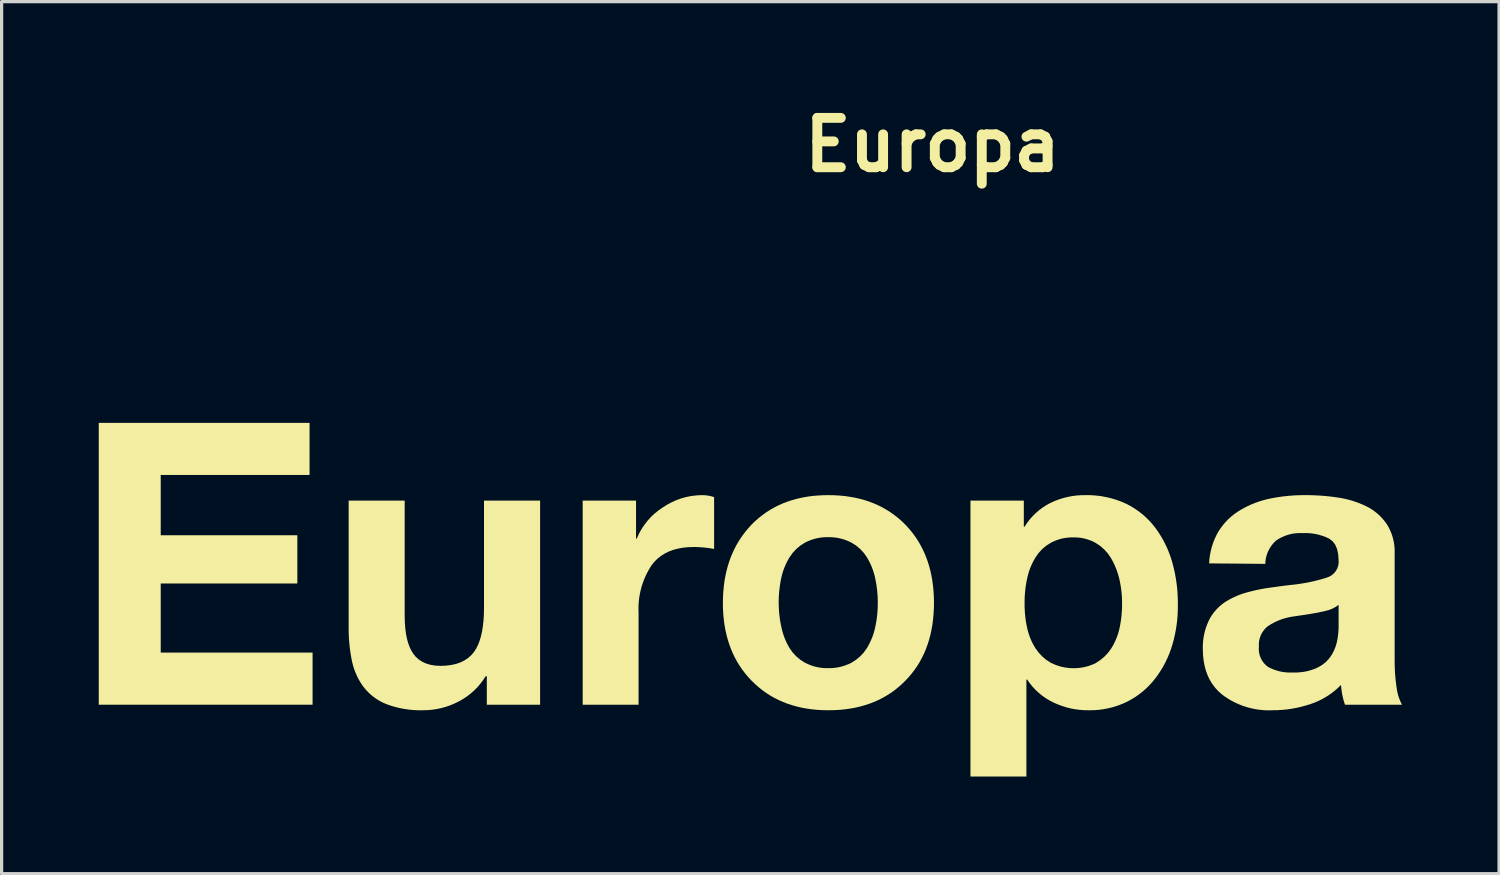
<source format=kicad_pcb>
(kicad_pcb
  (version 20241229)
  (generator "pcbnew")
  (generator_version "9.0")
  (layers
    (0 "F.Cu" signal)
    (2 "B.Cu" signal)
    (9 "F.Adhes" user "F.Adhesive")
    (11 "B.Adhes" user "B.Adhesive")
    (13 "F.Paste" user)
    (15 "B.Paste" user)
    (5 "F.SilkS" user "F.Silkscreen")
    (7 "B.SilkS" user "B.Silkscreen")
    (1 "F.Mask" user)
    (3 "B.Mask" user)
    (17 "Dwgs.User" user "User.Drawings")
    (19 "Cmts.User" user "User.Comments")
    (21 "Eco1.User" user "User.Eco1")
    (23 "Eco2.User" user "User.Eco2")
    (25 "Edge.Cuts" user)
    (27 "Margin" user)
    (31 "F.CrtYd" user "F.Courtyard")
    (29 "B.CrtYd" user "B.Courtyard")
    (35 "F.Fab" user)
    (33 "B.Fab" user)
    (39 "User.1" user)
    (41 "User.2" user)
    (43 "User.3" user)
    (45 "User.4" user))
  (footprint "Europa"
    (layer "F.Cu")
    (at 25.75 15.11)
    (property "Reference" "Europa" (at 0 -13.684 0) (layer "F.SilkS") (effects (font (size 1.524 1.524) (thickness 0.305))))
    (attr exclude_from_pos_files exclude_from_bom)
    (fp_poly (pts (xy -25.75 -5.099) (xy -19.239 -5.099) (xy -19.239 -3.49) (xy -23.836 -3.49) (xy -23.836 -1.628) (xy -19.616 -1.628) (xy -19.616 -0.138) (xy -23.836 -0.138) (xy -23.836 1.996) (xy -19.146 1.996) (xy -19.146 3.606) (xy -25.75 3.606) (xy -25.75 -5.099)) (stroke (width 0) (type solid)) (fill yes) (layer "F.SilkS"))
    (fp_poly (pts (xy -10.803 -2.698) (xy -9.155 -2.698) (xy -9.155 -1.526) (xy -9.131 -1.526) (xy -9.066 -1.672) (xy -8.989 -1.812) (xy -8.901 -1.945) (xy -8.804 -2.071) (xy -8.697 -2.19) (xy -8.581 -2.299) (xy -8.457 -2.399) (xy -8.325 -2.49) (xy -8.19 -2.575) (xy -8.049 -2.65) (xy -7.903 -2.715) (xy -7.752 -2.769) (xy -7.598 -2.811) (xy -7.441 -2.841) (xy -7.283 -2.86) (xy -7.123 -2.867) (xy -7.027 -2.864) (xy -6.931 -2.852) (xy -6.836 -2.833) (xy -6.744 -2.806) (xy -6.744 -1.204) (xy -6.887 -1.23) (xy -7.031 -1.247) (xy -7.116 -1.255) (xy -7.201 -1.26) (xy -7.285 -1.264) (xy -7.37 -1.265) (xy -7.543 -1.26) (xy -7.707 -1.243) (xy -7.861 -1.215) (xy -8.005 -1.177) (xy -8.14 -1.127) (xy -8.265 -1.065) (xy -8.381 -0.993) (xy -8.486 -0.91) (xy -8.582 -0.816) (xy -8.669 -0.71) (xy -8.721 -0.629) (xy -8.771 -0.545) (xy -8.816 -0.46) (xy -8.859 -0.372) (xy -8.897 -0.284) (xy -8.932 -0.193) (xy -8.964 -0.102) (xy -8.992 -0.009) (xy -9.016 0.085) (xy -9.036 0.18) (xy -9.053 0.275) (xy -9.065 0.371) (xy -9.074 0.468) (xy -9.079 0.564) (xy -9.08 0.661) (xy -9.077 0.758) (xy -9.077 3.606) (xy -10.803 3.606) (xy -10.803 -2.698)) (stroke (width 0) (type solid)) (fill yes) (layer "F.SilkS"))
    (fp_poly (pts (xy -12.118 3.606) (xy -13.764 3.606) (xy -13.764 2.727) (xy -13.801 2.727) (xy -13.88 2.849) (xy -13.968 2.964) (xy -14.062 3.073) (xy -14.165 3.176) (xy -14.274 3.271) (xy -14.389 3.358) (xy -14.51 3.437) (xy -14.636 3.508) (xy -14.764 3.57) (xy -14.895 3.625) (xy -15.029 3.671) (xy -15.166 3.709) (xy -15.305 3.739) (xy -15.445 3.76) (xy -15.587 3.773) (xy -15.728 3.777) (xy -15.871 3.778) (xy -16.014 3.772) (xy -16.156 3.759) (xy -16.298 3.739) (xy -16.438 3.713) (xy -16.577 3.68) (xy -16.714 3.641) (xy -16.849 3.594) (xy -16.953 3.551) (xy -17.053 3.501) (xy -17.149 3.444) (xy -17.241 3.38) (xy -17.329 3.311) (xy -17.412 3.236) (xy -17.49 3.155) (xy -17.562 3.07) (xy -17.627 2.979) (xy -17.686 2.885) (xy -17.741 2.788) (xy -17.789 2.687) (xy -17.833 2.585) (xy -17.87 2.48) (xy -17.902 2.373) (xy -17.928 2.265) (xy -17.954 2.131) (xy -17.976 1.996) (xy -17.995 1.861) (xy -18.009 1.725) (xy -18.021 1.589) (xy -18.028 1.453) (xy -18.031 1.316) (xy -18.031 1.18) (xy -18.031 -2.698) (xy -16.301 -2.698) (xy -16.301 0.858) (xy -16.297 1.05) (xy -16.284 1.228) (xy -16.264 1.394) (xy -16.235 1.547) (xy -16.198 1.687) (xy -16.153 1.813) (xy -16.1 1.927) (xy -16.038 2.028) (xy -15.957 2.128) (xy -15.862 2.213) (xy -15.754 2.282) (xy -15.633 2.336) (xy -15.499 2.375) (xy -15.352 2.398) (xy -15.192 2.406) (xy -15.021 2.399) (xy -14.862 2.379) (xy -14.716 2.347) (xy -14.582 2.301) (xy -14.46 2.241) (xy -14.35 2.169) (xy -14.253 2.084) (xy -14.167 1.986) (xy -14.101 1.886) (xy -14.042 1.772) (xy -13.991 1.646) (xy -13.948 1.505) (xy -13.913 1.351) (xy -13.886 1.184) (xy -13.866 1.004) (xy -13.854 0.81) (xy -13.851 0.602) (xy -13.851 -2.698) (xy -12.118 -2.698) (xy -12.118 3.606)) (stroke (width 0) (type solid)) (fill yes) (layer "F.SilkS"))
    (fp_poly (pts (xy 1.174 -2.698) (xy 2.968 -0.464) (xy 2.945 -0.38) (xy 2.925 -0.295) (xy 2.906 -0.2) (xy 2.889 -0.104) (xy 2.875 -0.007) (xy 2.864 0.09) (xy 2.855 0.187) (xy 2.849 0.284) (xy 2.846 0.381) (xy 2.846 0.479) (xy 2.846 0.574) (xy 2.85 0.669) (xy 2.855 0.764) (xy 2.864 0.859) (xy 2.875 0.954) (xy 2.889 1.048) (xy 2.906 1.142) (xy 2.925 1.236) (xy 2.945 1.319) (xy 2.969 1.402) (xy 2.996 1.484) (xy 3.027 1.564) (xy 3.062 1.643) (xy 3.1 1.72) (xy 3.141 1.796) (xy 3.186 1.869) (xy 3.284 2.001) (xy 3.397 2.121) (xy 3.523 2.226) (xy 3.662 2.314) (xy 3.744 2.352) (xy 3.828 2.385) (xy 3.914 2.414) (xy 4.002 2.437) (xy 4.09 2.455) (xy 4.18 2.468) (xy 4.27 2.476) (xy 4.36 2.478) (xy 4.451 2.476) (xy 4.541 2.468) (xy 4.631 2.455) (xy 4.719 2.437) (xy 4.807 2.414) (xy 4.893 2.385) (xy 4.977 2.352) (xy 5.059 2.314) (xy 5.059 2.308) (xy 5.194 2.22) (xy 5.317 2.116) (xy 5.426 1.999) (xy 5.521 1.869) (xy 5.565 1.796) (xy 5.606 1.721) (xy 5.643 1.644) (xy 5.677 1.566) (xy 5.708 1.487) (xy 5.735 1.406) (xy 5.759 1.324) (xy 5.779 1.241) (xy 5.798 1.146) (xy 5.814 1.05) (xy 5.828 0.955) (xy 5.839 0.858) (xy 5.847 0.762) (xy 5.853 0.665) (xy 5.856 0.569) (xy 5.856 0.472) (xy 5.855 0.378) (xy 5.852 0.283) (xy 5.845 0.189) (xy 5.836 0.095) (xy 5.824 0.002) (xy 5.809 -0.092) (xy 5.792 -0.184) (xy 5.772 -0.277) (xy 5.75 -0.362) (xy 5.725 -0.447) (xy 5.697 -0.531) (xy 5.666 -0.614) (xy 5.631 -0.695) (xy 5.594 -0.775) (xy 5.553 -0.853) (xy 5.509 -0.93) (xy 5.415 -1.067) (xy 5.304 -1.191) (xy 5.179 -1.3) (xy 5.04 -1.392) (xy 4.96 -1.434) (xy 4.877 -1.469) (xy 4.792 -1.499) (xy 4.705 -1.524) (xy 4.616 -1.542) (xy 4.527 -1.555) (xy 4.436 -1.561) (xy 4.346 -1.562) (xy 4.256 -1.561) (xy 4.165 -1.554) (xy 4.076 -1.541) (xy 3.987 -1.523) (xy 3.9 -1.498) (xy 3.814 -1.468) (xy 3.731 -1.433) (xy 3.65 -1.392) (xy 3.512 -1.303) (xy 3.386 -1.197) (xy 3.275 -1.075) (xy 3.181 -0.94) (xy 3.137 -0.865) (xy 3.097 -0.788) (xy 3.059 -0.709) (xy 3.025 -0.629) (xy 2.995 -0.547) (xy 2.968 -0.464) (xy 1.174 -2.698) (xy 2.822 -2.698) (xy 2.822 -1.892) (xy 2.846 -1.892) (xy 2.921 -2.006) (xy 3.003 -2.115) (xy 3.094 -2.217) (xy 3.191 -2.313) (xy 3.294 -2.402) (xy 3.404 -2.484) (xy 3.518 -2.558) (xy 3.638 -2.623) (xy 3.766 -2.682) (xy 3.897 -2.732) (xy 4.031 -2.775) (xy 4.167 -2.809) (xy 4.304 -2.836) (xy 4.443 -2.855) (xy 4.583 -2.865) (xy 4.724 -2.867) (xy 4.886 -2.866) (xy 5.049 -2.855) (xy 5.21 -2.836) (xy 5.37 -2.806) (xy 5.528 -2.768) (xy 5.683 -2.721) (xy 5.836 -2.665) (xy 5.985 -2.6) (xy 6.115 -2.532) (xy 6.24 -2.456) (xy 6.361 -2.373) (xy 6.477 -2.284) (xy 6.587 -2.187) (xy 6.691 -2.084) (xy 6.789 -1.976) (xy 6.881 -1.861) (xy 6.969 -1.738) (xy 7.051 -1.61) (xy 7.127 -1.479) (xy 7.196 -1.344) (xy 7.26 -1.207) (xy 7.317 -1.066) (xy 7.367 -0.923) (xy 7.411 -0.778) (xy 7.452 -0.619) (xy 7.488 -0.458) (xy 7.517 -0.297) (xy 7.541 -0.134) (xy 7.56 0.029) (xy 7.572 0.193) (xy 7.579 0.357) (xy 7.58 0.521) (xy 7.579 0.677) (xy 7.572 0.833) (xy 7.56 0.988) (xy 7.541 1.143) (xy 7.517 1.297) (xy 7.487 1.45) (xy 7.452 1.602) (xy 7.411 1.752) (xy 7.366 1.892) (xy 7.315 2.03) (xy 7.258 2.166) (xy 7.194 2.298) (xy 7.125 2.428) (xy 7.049 2.554) (xy 6.968 2.677) (xy 6.881 2.795) (xy 6.791 2.906) (xy 6.695 3.011) (xy 6.593 3.111) (xy 6.486 3.204) (xy 6.373 3.292) (xy 6.256 3.373) (xy 6.134 3.447) (xy 6.009 3.515) (xy 5.869 3.578) (xy 5.726 3.633) (xy 5.58 3.679) (xy 5.432 3.716) (xy 5.281 3.745) (xy 5.129 3.765) (xy 4.977 3.776) (xy 4.824 3.777) (xy 4.683 3.775) (xy 4.543 3.764) (xy 4.404 3.746) (xy 4.266 3.72) (xy 4.13 3.685) (xy 3.996 3.643) (xy 3.865 3.594) (xy 3.736 3.537) (xy 3.615 3.474) (xy 3.499 3.404) (xy 3.388 3.325) (xy 3.282 3.239) (xy 3.182 3.146) (xy 3.089 3.046) (xy 3.004 2.941) (xy 2.925 2.829) (xy 2.902 2.829) (xy 2.902 5.825) (xy 1.174 5.825) (xy 1.174 -2.698)) (stroke (width 0) (type solid)) (fill yes) (layer "F.SilkS"))
    (fp_poly (pts (xy -5.584 -1.96) (xy -4.664 1.217) (xy -4.645 1.301) (xy -4.622 1.384) (xy -4.596 1.467) (xy -4.566 1.548) (xy -4.533 1.627) (xy -4.496 1.706) (xy -4.456 1.782) (xy -4.414 1.857) (xy -4.318 1.992) (xy -4.206 2.113) (xy -4.079 2.219) (xy -3.939 2.308) (xy -3.856 2.348) (xy -3.77 2.384) (xy -3.683 2.414) (xy -3.593 2.438) (xy -3.502 2.456) (xy -3.41 2.469) (xy -3.318 2.476) (xy -3.225 2.477) (xy -3.131 2.476) (xy -3.037 2.47) (xy -2.944 2.457) (xy -2.852 2.439) (xy -2.761 2.414) (xy -2.672 2.384) (xy -2.585 2.349) (xy -2.5 2.308) (xy -2.36 2.219) (xy -2.233 2.113) (xy -2.12 1.992) (xy -2.024 1.857) (xy -1.981 1.782) (xy -1.941 1.706) (xy -1.904 1.627) (xy -1.87 1.548) (xy -1.839 1.467) (xy -1.812 1.384) (xy -1.789 1.301) (xy -1.769 1.217) (xy -1.75 1.124) (xy -1.733 1.03) (xy -1.719 0.935) (xy -1.708 0.841) (xy -1.699 0.746) (xy -1.693 0.651) (xy -1.69 0.555) (xy -1.689 0.46) (xy -1.69 0.364) (xy -1.693 0.268) (xy -1.7 0.173) (xy -1.708 0.077) (xy -1.72 -0.018) (xy -1.733 -0.113) (xy -1.75 -0.208) (xy -1.769 -0.302) (xy -1.788 -0.387) (xy -1.812 -0.471) (xy -1.839 -0.554) (xy -1.869 -0.635) (xy -1.903 -0.716) (xy -1.94 -0.794) (xy -1.981 -0.872) (xy -2.024 -0.947) (xy -2.12 -1.083) (xy -2.233 -1.204) (xy -2.36 -1.311) (xy -2.5 -1.399) (xy -2.585 -1.44) (xy -2.672 -1.476) (xy -2.761 -1.506) (xy -2.852 -1.53) (xy -2.944 -1.549) (xy -3.037 -1.561) (xy -3.131 -1.568) (xy -3.225 -1.569) (xy -3.318 -1.568) (xy -3.41 -1.561) (xy -3.502 -1.548) (xy -3.593 -1.53) (xy -3.683 -1.505) (xy -3.77 -1.475) (xy -3.856 -1.44) (xy -3.939 -1.399) (xy -4.079 -1.31) (xy -4.206 -1.204) (xy -4.318 -1.082) (xy -4.414 -0.947) (xy -4.458 -0.872) (xy -4.499 -0.795) (xy -4.536 -0.716) (xy -4.57 -0.636) (xy -4.601 -0.554) (xy -4.628 -0.471) (xy -4.651 -0.387) (xy -4.671 -0.302) (xy -4.69 -0.208) (xy -4.706 -0.113) (xy -4.719 -0.018) (xy -4.73 0.077) (xy -4.739 0.173) (xy -4.745 0.268) (xy -4.748 0.364) (xy -4.749 0.46) (xy -4.747 0.555) (xy -4.743 0.651) (xy -4.737 0.746) (xy -4.727 0.841) (xy -4.715 0.936) (xy -4.701 1.03) (xy -4.684 1.124) (xy -4.664 1.217) (xy -5.584 -1.96) (xy -5.477 -2.064) (xy -5.366 -2.161) (xy -5.251 -2.252) (xy -5.133 -2.337) (xy -5.009 -2.416) (xy -4.882 -2.488) (xy -4.751 -2.554) (xy -4.616 -2.614) (xy -4.476 -2.667) (xy -4.333 -2.714) (xy -4.185 -2.755) (xy -4.033 -2.789) (xy -3.877 -2.818) (xy -3.717 -2.84) (xy -3.553 -2.855) (xy -3.385 -2.864) (xy -3.213 -2.867) (xy -3.041 -2.864) (xy -2.873 -2.854) (xy -2.709 -2.839) (xy -2.549 -2.816) (xy -2.393 -2.788) (xy -2.241 -2.753) (xy -2.093 -2.713) (xy -1.95 -2.665) (xy -1.81 -2.612) (xy -1.675 -2.552) (xy -1.544 -2.487) (xy -1.417 -2.414) (xy -1.294 -2.336) (xy -1.175 -2.251) (xy -1.06 -2.16) (xy -0.949 -2.063) (xy -0.842 -1.96) (xy -0.741 -1.851) (xy -0.645 -1.737) (xy -0.556 -1.62) (xy -0.473 -1.498) (xy -0.396 -1.373) (xy -0.326 -1.243) (xy -0.261 -1.109) (xy -0.203 -0.971) (xy -0.15 -0.828) (xy -0.104 -0.682) (xy -0.064 -0.531) (xy -0.03 -0.376) (xy -0.003 -0.217) (xy 0.019 -0.054) (xy 0.034 0.113) (xy 0.044 0.284) (xy 0.047 0.46) (xy 0.044 0.636) (xy 0.034 0.807) (xy 0.019 0.974) (xy -0.002 1.137) (xy -0.03 1.296) (xy -0.064 1.45) (xy -0.104 1.6) (xy -0.15 1.746) (xy -0.202 1.888) (xy -0.26 2.025) (xy -0.325 2.158) (xy -0.395 2.287) (xy -0.472 2.412) (xy -0.555 2.532) (xy -0.644 2.648) (xy -0.739 2.76) (xy -0.841 2.868) (xy -0.947 2.972) (xy -1.058 3.069) (xy -1.173 3.161) (xy -1.292 3.246) (xy -1.416 3.324) (xy -1.543 3.397) (xy -1.674 3.463) (xy -1.809 3.522) (xy -1.949 3.576) (xy -2.092 3.623) (xy -2.24 3.664) (xy -2.392 3.699) (xy -2.547 3.727) (xy -2.707 3.749) (xy -2.871 3.765) (xy -3.039 3.774) (xy -3.211 3.777) (xy -3.383 3.774) (xy -3.551 3.765) (xy -3.715 3.749) (xy -3.875 3.727) (xy -4.031 3.699) (xy -4.183 3.664) (xy -4.33 3.623) (xy -4.474 3.576) (xy -4.613 3.522) (xy -4.749 3.463) (xy -4.88 3.397) (xy -5.007 3.324) (xy -5.13 3.246) (xy -5.249 3.161) (xy -5.364 3.069) (xy -5.475 2.972) (xy -5.582 2.868) (xy -5.684 2.759) (xy -5.78 2.646) (xy -5.869 2.529) (xy -5.952 2.408) (xy -6.03 2.283) (xy -6.101 2.154) (xy -6.165 2.02) (xy -6.224 1.883) (xy -6.276 1.741) (xy -6.322 1.595) (xy -6.362 1.445) (xy -6.396 1.291) (xy -6.424 1.133) (xy -6.445 0.971) (xy -6.461 0.805) (xy -6.47 0.635) (xy -6.473 0.46) (xy -6.469 0.286) (xy -6.46 0.115) (xy -6.444 -0.051) (xy -6.423 -0.214) (xy -6.395 -0.372) (xy -6.361 -0.527) (xy -6.321 -0.677) (xy -6.275 -0.823) (xy -6.223 -0.966) (xy -6.164 -1.104) (xy -6.1 -1.238) (xy -6.029 -1.369) (xy -5.952 -1.495) (xy -5.869 -1.617) (xy -5.78 -1.735) (xy -5.685 -1.849) (xy -5.584 -1.96)) (stroke (width 0) (type solid)) (fill yes) (layer "F.SilkS"))
    (fp_poly (pts (xy 8.546 -0.759) (xy 8.554 -0.89) (xy 8.572 -1.019) (xy 8.597 -1.148) (xy 8.63 -1.274) (xy 8.671 -1.399) (xy 8.719 -1.52) (xy 8.775 -1.639) (xy 8.838 -1.753) (xy 8.905 -1.852) (xy 8.977 -1.947) (xy 9.054 -2.037) (xy 9.137 -2.123) (xy 9.225 -2.203) (xy 9.318 -2.278) (xy 9.415 -2.347) (xy 9.516 -2.41) (xy 9.624 -2.471) (xy 9.735 -2.528) (xy 9.849 -2.579) (xy 9.964 -2.626) (xy 10.081 -2.668) (xy 10.2 -2.705) (xy 10.32 -2.737) (xy 10.442 -2.764) (xy 10.574 -2.789) (xy 10.706 -2.81) (xy 10.839 -2.828) (xy 10.973 -2.843) (xy 11.107 -2.854) (xy 11.241 -2.862) (xy 11.375 -2.866) (xy 11.509 -2.867) (xy 11.635 -2.867) (xy 11.761 -2.863) (xy 11.887 -2.858) (xy 12.013 -2.85) (xy 12.139 -2.84) (xy 12.264 -2.827) (xy 12.39 -2.812) (xy 12.515 -2.794) (xy 12.628 -2.776) (xy 12.741 -2.753) (xy 12.853 -2.726) (xy 12.964 -2.695) (xy 13.073 -2.659) (xy 13.181 -2.619) (xy 13.287 -2.575) (xy 13.392 -2.527) (xy 13.487 -2.477) (xy 13.578 -2.421) (xy 13.665 -2.359) (xy 13.749 -2.292) (xy 13.827 -2.219) (xy 13.901 -2.141) (xy 13.969 -2.058) (xy 14.032 -1.972) (xy 14.092 -1.87) (xy 14.143 -1.764) (xy 14.187 -1.655) (xy 14.222 -1.542) (xy 14.249 -1.427) (xy 14.267 -1.311) (xy 14.276 -1.194) (xy 14.276 -1.076) (xy 14.276 2.204) (xy 14.276 2.31) (xy 14.278 2.417) (xy 14.282 2.523) (xy 14.288 2.629) (xy 14.296 2.734) (xy 14.306 2.84) (xy 14.318 2.946) (xy 14.332 3.051) (xy 14.354 3.195) (xy 14.39 3.337) (xy 14.439 3.474) (xy 14.501 3.606) (xy 12.74 3.606) (xy 12.695 3.457) (xy 12.659 3.305) (xy 12.634 3.152) (xy 12.618 2.997) (xy 12.517 3.094) (xy 12.41 3.186) (xy 12.298 3.271) (xy 12.181 3.349) (xy 12.06 3.42) (xy 11.934 3.484) (xy 11.805 3.54) (xy 11.673 3.588) (xy 11.53 3.632) (xy 11.386 3.671) (xy 11.24 3.704) (xy 11.092 3.731) (xy 10.944 3.752) (xy 10.795 3.766) (xy 10.646 3.775) (xy 10.496 3.777) (xy 10.393 3.78) (xy 10.29 3.778) (xy 10.186 3.771) (xy 10.084 3.76) (xy 9.981 3.744) (xy 9.88 3.724) (xy 9.779 3.7) (xy 9.68 3.672) (xy 9.582 3.639) (xy 9.486 3.601) (xy 9.391 3.56) (xy 9.298 3.515) (xy 9.207 3.466) (xy 9.118 3.412) (xy 9.032 3.355) (xy 8.949 3.295) (xy 8.835 3.194) (xy 8.734 3.085) (xy 8.644 2.966) (xy 8.566 2.839) (xy 8.5 2.702) (xy 8.447 2.557) (xy 8.405 2.403) (xy 8.375 2.24) (xy 8.357 2.068) (xy 8.351 1.888) (xy 8.351 1.776) (xy 8.357 1.665) (xy 8.37 1.554) (xy 8.389 1.444) (xy 8.415 1.335) (xy 8.446 1.228) (xy 8.485 1.123) (xy 8.529 1.021) (xy 8.571 0.938) (xy 8.619 0.859) (xy 8.672 0.783) (xy 8.73 0.71) (xy 8.792 0.641) (xy 8.858 0.577) (xy 8.929 0.516) (xy 9.003 0.46) (xy 9.08 0.41) (xy 9.16 0.363) (xy 9.241 0.32) (xy 9.323 0.279) (xy 9.408 0.242) (xy 9.493 0.208) (xy 9.58 0.177) (xy 9.668 0.15) (xy 9.77 0.122) (xy 9.873 0.096) (xy 9.975 0.071) (xy 10.079 0.049) (xy 10.183 0.029) (xy 10.287 0.011) (xy 10.391 -0.005) (xy 10.496 -0.019) (xy 10.626 -0.037) (xy 12.545 0.521) (xy 12.457 0.583) (xy 12.363 0.634) (xy 12.264 0.675) (xy 12.161 0.704) (xy 12.032 0.734) (xy 11.882 0.765) (xy 11.712 0.795) (xy 11.521 0.826) (xy 11.106 0.887) (xy 11.005 0.906) (xy 10.906 0.93) (xy 10.808 0.96) (xy 10.712 0.995) (xy 10.618 1.035) (xy 10.526 1.081) (xy 10.437 1.131) (xy 10.351 1.187) (xy 10.285 1.246) (xy 10.228 1.314) (xy 10.179 1.387) (xy 10.139 1.467) (xy 10.109 1.55) (xy 10.09 1.636) (xy 10.081 1.725) (xy 10.083 1.813) (xy 10.079 1.903) (xy 10.088 1.994) (xy 10.108 2.082) (xy 10.14 2.166) (xy 10.183 2.246) (xy 10.236 2.319) (xy 10.299 2.385) (xy 10.369 2.441) (xy 10.459 2.485) (xy 10.552 2.523) (xy 10.647 2.555) (xy 10.744 2.58) (xy 10.843 2.598) (xy 10.943 2.609) (xy 11.043 2.613) (xy 11.143 2.611) (xy 11.242 2.612) (xy 11.341 2.606) (xy 11.44 2.595) (xy 11.537 2.578) (xy 11.634 2.555) (xy 11.728 2.526) (xy 11.821 2.492) (xy 11.912 2.451) (xy 12.039 2.376) (xy 12.154 2.284) (xy 12.254 2.176) (xy 12.339 2.055) (xy 12.396 1.945) (xy 12.444 1.831) (xy 12.481 1.712) (xy 12.508 1.591) (xy 12.524 1.484) (xy 12.536 1.376) (xy 12.543 1.268) (xy 12.545 1.159) (xy 12.545 0.521) (xy 10.626 -0.037) (xy 10.761 -0.056) (xy 10.905 -0.074) (xy 11.058 -0.092) (xy 11.202 -0.107) (xy 11.346 -0.127) (xy 11.489 -0.15) (xy 11.631 -0.177) (xy 11.773 -0.208) (xy 11.913 -0.243) (xy 12.053 -0.281) (xy 12.191 -0.324) (xy 12.27 -0.356) (xy 12.342 -0.401) (xy 12.406 -0.458) (xy 12.459 -0.524) (xy 12.501 -0.598) (xy 12.53 -0.678) (xy 12.545 -0.762) (xy 12.545 -0.847) (xy 12.533 -1.037) (xy 12.498 -1.201) (xy 12.439 -1.337) (xy 12.357 -1.445) (xy 12.252 -1.524) (xy 12.155 -1.569) (xy 12.055 -1.607) (xy 11.953 -1.638) (xy 11.849 -1.663) (xy 11.744 -1.681) (xy 11.638 -1.692) (xy 11.531 -1.696) (xy 11.424 -1.694) (xy 11.318 -1.696) (xy 11.211 -1.688) (xy 11.106 -1.673) (xy 11.002 -1.648) (xy 10.901 -1.615) (xy 10.803 -1.574) (xy 10.708 -1.525) (xy 10.618 -1.469) (xy 10.544 -1.397) (xy 10.478 -1.318) (xy 10.421 -1.233) (xy 10.372 -1.142) (xy 10.334 -1.047) (xy 10.305 -0.948) (xy 10.287 -0.846) (xy 10.279 -0.744) (xy 8.546 -0.759)) (stroke (width 0) (type solid)) (fill yes) (layer "F.SilkS")))
  (gr_rect
    (start -3 -3)
    (end 43.251 23.935)
    (stroke (width 0.1) (type default))
    (fill no)
    (layer "Edge.Cuts")))
</source>
